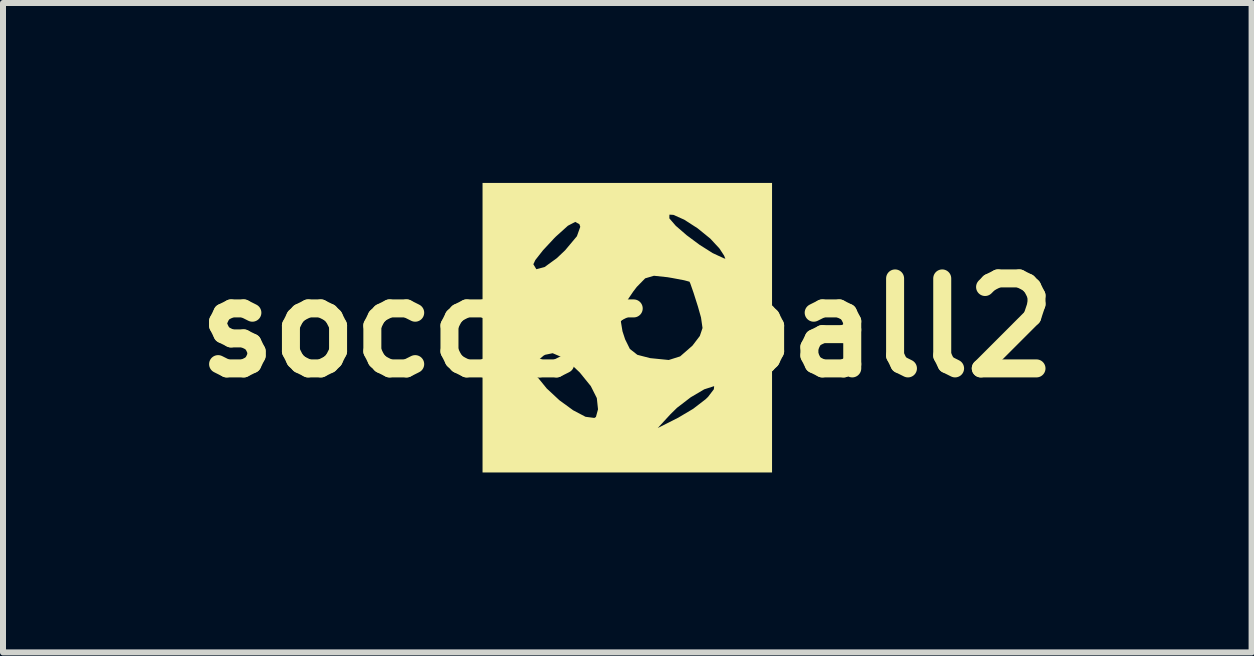
<source format=kicad_pcb>
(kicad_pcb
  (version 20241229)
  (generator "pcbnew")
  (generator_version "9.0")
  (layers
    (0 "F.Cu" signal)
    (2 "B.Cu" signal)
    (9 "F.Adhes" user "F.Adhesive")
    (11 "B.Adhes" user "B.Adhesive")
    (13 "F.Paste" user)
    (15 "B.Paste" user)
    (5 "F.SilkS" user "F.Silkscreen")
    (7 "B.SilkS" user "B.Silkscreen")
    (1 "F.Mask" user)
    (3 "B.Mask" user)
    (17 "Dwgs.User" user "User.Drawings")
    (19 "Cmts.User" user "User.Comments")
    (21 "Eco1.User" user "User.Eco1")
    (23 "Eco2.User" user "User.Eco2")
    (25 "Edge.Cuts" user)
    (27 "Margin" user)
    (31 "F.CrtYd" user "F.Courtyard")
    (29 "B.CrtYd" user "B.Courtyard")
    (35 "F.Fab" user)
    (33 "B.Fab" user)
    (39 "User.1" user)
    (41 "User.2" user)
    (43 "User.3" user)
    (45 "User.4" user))
  (footprint "soccer_ball2"
    (layer "F.Cu")
    (at 7.407 2.413)
    (property "Reference" "soccer_ball2" (at 0 0 0) (layer "F.SilkS") (effects (font (size 1.5 1.5) (thickness 0.3))))
    (attr board_only exclude_from_pos_files exclude_from_bom)
    (fp_poly (pts (xy 2.413 0) (xy 2.413 2.413) (xy 0 2.413) (xy -2.413 2.413) (xy -2.413 1.672) (xy 0.508 1.672) (xy 0.847 1.501) (xy 1.098 1.352) (xy 1.306 1.192) (xy 1.347 1.152) (xy 1.443 1.026) (xy 1.448 0.974) (xy 1.283 1.027) (xy 1.057 1.16) (xy 0.829 1.335) (xy 0.72 1.442) (xy 0.508 1.672) (xy -2.413 1.672) (xy -2.413 0.659) (xy -1.563 0.659) (xy -1.5 0.82) (xy -1.343 1.013) (xy -1.132 1.209) (xy -0.903 1.376) (xy -0.696 1.485) (xy -0.549 1.504) (xy -0.523 1.488) (xy -0.488 1.36) (xy -0.508 1.173) (xy -0.608 0.974) (xy -0.791 0.748) (xy -0.893 0.651) (xy -1.102 0.486) (xy -1.244 0.425) (xy -1.368 0.451) (xy -1.392 0.463) (xy -1.528 0.576) (xy -1.563 0.659) (xy -2.413 0.659) (xy -2.413 0) (xy -2.413 -0.169) (xy -0.118 -0.169) (xy -0.08 0.06) (xy -0.036 0.194) (xy 0.043 0.354) (xy 0.168 0.452) (xy 0.381 0.507) (xy 0.691 0.538) (xy 0.881 0.478) (xy 1.084 0.301) (xy 1.086 0.299) (xy 1.209 0.138) (xy 1.254 0.005) (xy 1.229 -0.17) (xy 1.178 -0.351) (xy 1.104 -0.584) (xy 1.051 -0.736) (xy 1.037 -0.767) (xy 0.948 -0.791) (xy 0.752 -0.828) (xy 0.67 -0.842) (xy 0.444 -0.866) (xy 0.298 -0.823) (xy 0.158 -0.68) (xy 0.099 -0.603) (xy -0.062 -0.365) (xy -0.118 -0.169) (xy -2.413 -0.169) (xy -2.413 -1.058) (xy -1.566 -1.058) (xy -1.516 -0.975) (xy -1.378 -1.012) (xy -1.174 -1.16) (xy -1.036 -1.291) (xy -0.84 -1.525) (xy -0.784 -1.682) (xy -0.798 -1.725) (xy -0.868 -1.764) (xy -0.99 -1.7) (xy -1.19 -1.52) (xy -1.218 -1.492) (xy -1.406 -1.29) (xy -1.533 -1.128) (xy -1.566 -1.058) (xy -2.413 -1.058) (xy -2.413 -1.823) (xy 0.701 -1.823) (xy 0.808 -1.699) (xy 0.988 -1.543) (xy 1.205 -1.382) (xy 1.423 -1.244) (xy 1.608 -1.158) (xy 1.635 -1.15) (xy 1.613 -1.203) (xy 1.536 -1.321) (xy 1.383 -1.486) (xy 1.171 -1.658) (xy 0.949 -1.801) (xy 0.769 -1.881) (xy 0.702 -1.885) (xy 0.701 -1.823) (xy -2.413 -1.823) (xy -2.413 -2.413) (xy 0 -2.413) (xy 2.413 -2.413)) (stroke (width 0) (type solid)) (fill yes) (layer "F.SilkS")))
  (gr_rect
    (start -3 -3)
    (end 17.814 7.826)
    (stroke (width 0.1) (type default))
    (fill no)
    (layer "Edge.Cuts")))
</source>
